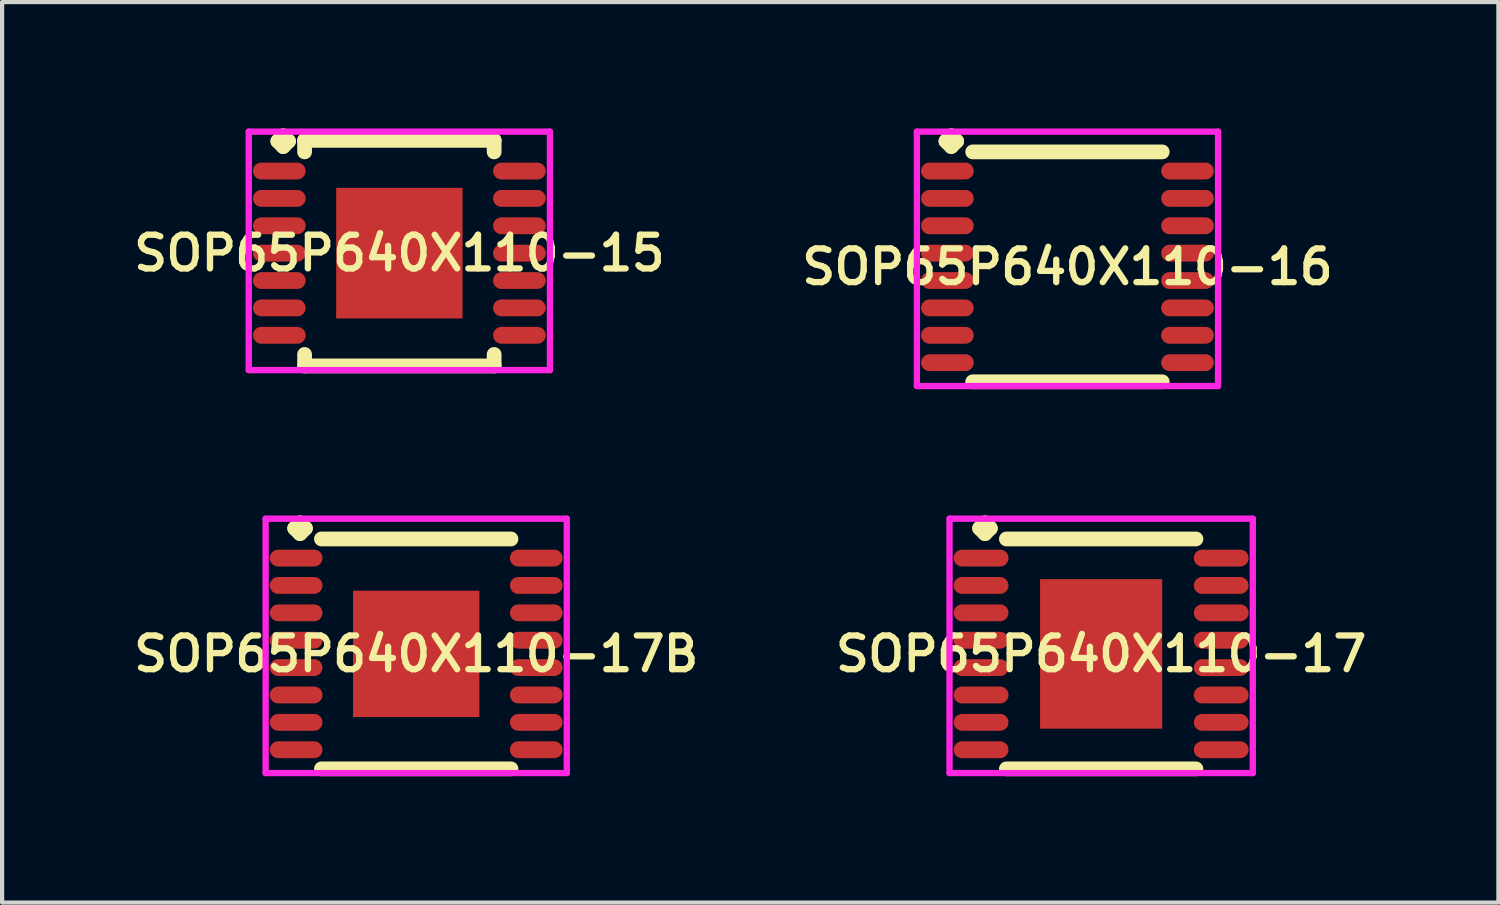
<source format=kicad_pcb>
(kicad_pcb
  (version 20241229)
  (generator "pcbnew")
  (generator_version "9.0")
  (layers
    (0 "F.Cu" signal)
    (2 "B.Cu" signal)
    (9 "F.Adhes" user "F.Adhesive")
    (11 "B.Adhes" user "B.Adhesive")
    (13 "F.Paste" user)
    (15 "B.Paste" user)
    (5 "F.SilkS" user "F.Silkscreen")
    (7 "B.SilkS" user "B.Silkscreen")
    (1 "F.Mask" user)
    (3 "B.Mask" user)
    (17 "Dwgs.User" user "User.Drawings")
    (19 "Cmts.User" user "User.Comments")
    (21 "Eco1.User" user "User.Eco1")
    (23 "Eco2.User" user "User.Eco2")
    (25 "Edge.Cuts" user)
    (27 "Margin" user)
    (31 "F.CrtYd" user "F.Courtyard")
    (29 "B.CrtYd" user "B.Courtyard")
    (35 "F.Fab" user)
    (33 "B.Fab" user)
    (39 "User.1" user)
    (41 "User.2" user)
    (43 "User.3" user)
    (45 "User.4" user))
  (footprint "SOP65P640X110-16"
    (layer "F.Cu")
    (at 22.292 3.285)
    (property "Reference" "SOP65P640X110-16" (at 0 0 0) (layer "F.SilkS") (effects (font (size 0.8 0.8) (thickness 0.15))))
    (attr smd)
    (fp_line (start -2.885 -2.983) (end -2.758 -3.11) (stroke (width 0.35) (type solid)) (layer "F.SilkS"))
    (fp_line (start -2.758 -3.11) (end -2.631 -2.983) (stroke (width 0.35) (type solid)) (layer "F.SilkS"))
    (fp_line (start -2.758 -2.856) (end -2.885 -2.983) (stroke (width 0.35) (type solid)) (layer "F.SilkS"))
    (fp_line (start -2.631 -2.983) (end -2.758 -2.856) (stroke (width 0.35) (type solid)) (layer "F.SilkS"))
    (fp_line (start -2.25 -2.729) (end 2.25 -2.729) (stroke (width 0.35) (type solid)) (layer "F.SilkS"))
    (fp_line (start -2.25 2.729) (end 2.25 2.729) (stroke (width 0.35) (type solid)) (layer "F.SilkS"))
    (fp_line (start -3.575 -3.21) (end 3.575 -3.21) (stroke (width 0.15) (type solid)) (layer "F.CrtYd"))
    (fp_line (start -3.575 2.829) (end -3.575 -3.21) (stroke (width 0.15) (type solid)) (layer "F.CrtYd"))
    (fp_line (start 3.575 -3.21) (end 3.575 2.829) (stroke (width 0.15) (type solid)) (layer "F.CrtYd"))
    (fp_line (start 3.575 2.829) (end -3.575 2.829) (stroke (width 0.15) (type solid)) (layer "F.CrtYd"))
    (pad "1" smd oval (at -2.85 -2.275) (size 1.25 0.4) (layers "F.Cu" "F.Mask" "F.Paste"))
    (pad "2" smd oval (at -2.85 -1.625) (size 1.25 0.4) (layers "F.Cu" "F.Mask" "F.Paste"))
    (pad "3" smd oval (at -2.85 -0.975) (size 1.25 0.4) (layers "F.Cu" "F.Mask" "F.Paste"))
    (pad "4" smd oval (at -2.85 -0.325) (size 1.25 0.4) (layers "F.Cu" "F.Mask" "F.Paste"))
    (pad "5" smd oval (at -2.85 0.325) (size 1.25 0.4) (layers "F.Cu" "F.Mask" "F.Paste"))
    (pad "6" smd oval (at -2.85 0.975) (size 1.25 0.4) (layers "F.Cu" "F.Mask" "F.Paste"))
    (pad "7" smd oval (at -2.85 1.625) (size 1.25 0.4) (layers "F.Cu" "F.Mask" "F.Paste"))
    (pad "8" smd oval (at -2.85 2.275) (size 1.25 0.4) (layers "F.Cu" "F.Mask" "F.Paste"))
    (pad "9" smd oval (at 2.85 2.275) (size 1.25 0.4) (layers "F.Cu" "F.Mask" "F.Paste"))
    (pad "10" smd oval (at 2.85 1.625) (size 1.25 0.4) (layers "F.Cu" "F.Mask" "F.Paste"))
    (pad "11" smd oval (at 2.85 0.975) (size 1.25 0.4) (layers "F.Cu" "F.Mask" "F.Paste"))
    (pad "12" smd oval (at 2.85 0.325) (size 1.25 0.4) (layers "F.Cu" "F.Mask" "F.Paste"))
    (pad "13" smd oval (at 2.85 -0.325) (size 1.25 0.4) (layers "F.Cu" "F.Mask" "F.Paste"))
    (pad "14" smd oval (at 2.85 -0.975) (size 1.25 0.4) (layers "F.Cu" "F.Mask" "F.Paste"))
    (pad "15" smd oval (at 2.85 -1.625) (size 1.25 0.4) (layers "F.Cu" "F.Mask" "F.Paste"))
    (pad "16" smd oval (at 2.85 -2.275) (size 1.25 0.4) (layers "F.Cu" "F.Mask" "F.Paste")))
  (footprint "SOP65P640X110-15"
    (layer "F.Cu")
    (at 6.431 2.96)
    (property "Reference" "SOP65P640X110-15" (at 0 0 0) (layer "F.SilkS") (effects (font (size 0.8 0.8) (thickness 0.15))))
    (attr smd)
    (fp_line (start -2.885 -2.658) (end -2.758 -2.785) (stroke (width 0.35) (type solid)) (layer "F.SilkS"))
    (fp_line (start -2.758 -2.785) (end -2.631 -2.658) (stroke (width 0.35) (type solid)) (layer "F.SilkS"))
    (fp_line (start -2.758 -2.531) (end -2.885 -2.658) (stroke (width 0.35) (type solid)) (layer "F.SilkS"))
    (fp_line (start -2.631 -2.658) (end -2.758 -2.531) (stroke (width 0.35) (type solid)) (layer "F.SilkS"))
    (fp_line (start -2.25 -2.677) (end 2.25 -2.677) (stroke (width 0.35) (type solid)) (layer "F.SilkS"))
    (fp_line (start -2.25 -2.404) (end -2.25 -2.677) (stroke (width 0.35) (type solid)) (layer "F.SilkS"))
    (fp_line (start -2.25 2.404) (end -2.25 2.677) (stroke (width 0.35) (type solid)) (layer "F.SilkS"))
    (fp_line (start -2.25 2.677) (end 2.25 2.677) (stroke (width 0.35) (type solid)) (layer "F.SilkS"))
    (fp_line (start 2.25 -2.677) (end 2.25 -2.404) (stroke (width 0.35) (type solid)) (layer "F.SilkS"))
    (fp_line (start 2.25 2.677) (end 2.25 2.404) (stroke (width 0.35) (type solid)) (layer "F.SilkS"))
    (fp_line (start -3.575 -2.885) (end 3.575 -2.885) (stroke (width 0.15) (type solid)) (layer "F.CrtYd"))
    (fp_line (start -3.575 2.777) (end -3.575 -2.885) (stroke (width 0.15) (type solid)) (layer "F.CrtYd"))
    (fp_line (start 3.575 -2.885) (end 3.575 2.777) (stroke (width 0.15) (type solid)) (layer "F.CrtYd"))
    (fp_line (start 3.575 2.777) (end -3.575 2.777) (stroke (width 0.15) (type solid)) (layer "F.CrtYd"))
    (pad "1" smd oval (at -2.85 -1.95) (size 1.25 0.4) (layers "F.Cu" "F.Mask" "F.Paste"))
    (pad "2" smd oval (at -2.85 -1.3) (size 1.25 0.4) (layers "F.Cu" "F.Mask" "F.Paste"))
    (pad "3" smd oval (at -2.85 -0.65) (size 1.25 0.4) (layers "F.Cu" "F.Mask" "F.Paste"))
    (pad "4" smd oval (at -2.85 0) (size 1.25 0.4) (layers "F.Cu" "F.Mask" "F.Paste"))
    (pad "5" smd oval (at -2.85 0.65) (size 1.25 0.4) (layers "F.Cu" "F.Mask" "F.Paste"))
    (pad "6" smd oval (at -2.85 1.3) (size 1.25 0.4) (layers "F.Cu" "F.Mask" "F.Paste"))
    (pad "7" smd oval (at -2.85 1.95) (size 1.25 0.4) (layers "F.Cu" "F.Mask" "F.Paste"))
    (pad "8" smd oval (at 2.85 1.95) (size 1.25 0.4) (layers "F.Cu" "F.Mask" "F.Paste"))
    (pad "9" smd oval (at 2.85 1.3) (size 1.25 0.4) (layers "F.Cu" "F.Mask" "F.Paste"))
    (pad "10" smd oval (at 2.85 0.65) (size 1.25 0.4) (layers "F.Cu" "F.Mask" "F.Paste"))
    (pad "11" smd oval (at 2.85 0) (size 1.25 0.4) (layers "F.Cu" "F.Mask" "F.Paste"))
    (pad "12" smd oval (at 2.85 -0.65) (size 1.25 0.4) (layers "F.Cu" "F.Mask" "F.Paste"))
    (pad "13" smd oval (at 2.85 -1.3) (size 1.25 0.4) (layers "F.Cu" "F.Mask" "F.Paste"))
    (pad "14" smd oval (at 2.85 -1.95) (size 1.25 0.4) (layers "F.Cu" "F.Mask" "F.Paste"))
    (pad "15" smd rect (at 0 0) (size 3 3.1) (layers "F.Cu" "F.Mask" "F.Paste")))
  (footprint "SOP65P640X110-17"
    (layer "F.Cu")
    (at 23.092 12.474)
    (property "Reference" "SOP65P640X110-17" (at 0 0 0) (layer "F.SilkS") (effects (font (size 0.8 0.8) (thickness 0.15))))
    (attr smd)
    (fp_line (start -2.885 -2.983) (end -2.758 -3.11) (stroke (width 0.35) (type solid)) (layer "F.SilkS"))
    (fp_line (start -2.758 -3.11) (end -2.631 -2.983) (stroke (width 0.35) (type solid)) (layer "F.SilkS"))
    (fp_line (start -2.758 -2.856) (end -2.885 -2.983) (stroke (width 0.35) (type solid)) (layer "F.SilkS"))
    (fp_line (start -2.631 -2.983) (end -2.758 -2.856) (stroke (width 0.35) (type solid)) (layer "F.SilkS"))
    (fp_line (start -2.25 -2.729) (end 2.25 -2.729) (stroke (width 0.35) (type solid)) (layer "F.SilkS"))
    (fp_line (start -2.25 2.729) (end 2.25 2.729) (stroke (width 0.35) (type solid)) (layer "F.SilkS"))
    (fp_line (start -3.6 -3.21) (end 3.6 -3.21) (stroke (width 0.15) (type solid)) (layer "F.CrtYd"))
    (fp_line (start -3.6 2.829) (end -3.6 -3.21) (stroke (width 0.15) (type solid)) (layer "F.CrtYd"))
    (fp_line (start 3.6 -3.21) (end 3.6 2.829) (stroke (width 0.15) (type solid)) (layer "F.CrtYd"))
    (fp_line (start 3.6 2.829) (end -3.6 2.829) (stroke (width 0.15) (type solid)) (layer "F.CrtYd"))
    (pad "1" smd oval (at -2.85 -2.275) (size 1.3 0.4) (layers "F.Cu" "F.Mask" "F.Paste"))
    (pad "2" smd oval (at -2.85 -1.625) (size 1.3 0.4) (layers "F.Cu" "F.Mask" "F.Paste"))
    (pad "3" smd oval (at -2.85 -0.975) (size 1.3 0.4) (layers "F.Cu" "F.Mask" "F.Paste"))
    (pad "4" smd oval (at -2.85 -0.325) (size 1.3 0.4) (layers "F.Cu" "F.Mask" "F.Paste"))
    (pad "5" smd oval (at -2.85 0.325) (size 1.3 0.4) (layers "F.Cu" "F.Mask" "F.Paste"))
    (pad "6" smd oval (at -2.85 0.975) (size 1.3 0.4) (layers "F.Cu" "F.Mask" "F.Paste"))
    (pad "7" smd oval (at -2.85 1.625) (size 1.3 0.4) (layers "F.Cu" "F.Mask" "F.Paste"))
    (pad "8" smd oval (at -2.85 2.275) (size 1.3 0.4) (layers "F.Cu" "F.Mask" "F.Paste"))
    (pad "9" smd oval (at 2.85 2.275) (size 1.3 0.4) (layers "F.Cu" "F.Mask" "F.Paste"))
    (pad "10" smd oval (at 2.85 1.625) (size 1.3 0.4) (layers "F.Cu" "F.Mask" "F.Paste"))
    (pad "11" smd oval (at 2.85 0.975) (size 1.3 0.4) (layers "F.Cu" "F.Mask" "F.Paste"))
    (pad "12" smd oval (at 2.85 0.325) (size 1.3 0.4) (layers "F.Cu" "F.Mask" "F.Paste"))
    (pad "13" smd oval (at 2.85 -0.325) (size 1.3 0.4) (layers "F.Cu" "F.Mask" "F.Paste"))
    (pad "14" smd oval (at 2.85 -0.975) (size 1.3 0.4) (layers "F.Cu" "F.Mask" "F.Paste"))
    (pad "15" smd oval (at 2.85 -1.625) (size 1.3 0.4) (layers "F.Cu" "F.Mask" "F.Paste"))
    (pad "16" smd oval (at 2.85 -2.275) (size 1.3 0.4) (layers "F.Cu" "F.Mask" "F.Paste"))
    (pad "17" smd rect (at 0 0) (size 2.9 3.55) (layers "F.Cu" "F.Mask" "F.Paste")))
  (footprint "SOP65P640X110-17B"
    (layer "F.Cu")
    (at 6.831 12.474)
    (property "Reference" "SOP65P640X110-17B" (at 0 0 0) (layer "F.SilkS") (effects (font (size 0.8 0.8) (thickness 0.15))))
    (attr smd)
    (fp_line (start -2.885 -2.983) (end -2.758 -3.11) (stroke (width 0.35) (type solid)) (layer "F.SilkS"))
    (fp_line (start -2.758 -3.11) (end -2.631 -2.983) (stroke (width 0.35) (type solid)) (layer "F.SilkS"))
    (fp_line (start -2.758 -2.856) (end -2.885 -2.983) (stroke (width 0.35) (type solid)) (layer "F.SilkS"))
    (fp_line (start -2.631 -2.983) (end -2.758 -2.856) (stroke (width 0.35) (type solid)) (layer "F.SilkS"))
    (fp_line (start -2.25 -2.729) (end 2.25 -2.729) (stroke (width 0.35) (type solid)) (layer "F.SilkS"))
    (fp_line (start -2.25 2.729) (end 2.25 2.729) (stroke (width 0.35) (type solid)) (layer "F.SilkS"))
    (fp_line (start -3.575 -3.21) (end 3.575 -3.21) (stroke (width 0.15) (type solid)) (layer "F.CrtYd"))
    (fp_line (start -3.575 2.829) (end -3.575 -3.21) (stroke (width 0.15) (type solid)) (layer "F.CrtYd"))
    (fp_line (start 3.575 -3.21) (end 3.575 2.829) (stroke (width 0.15) (type solid)) (layer "F.CrtYd"))
    (fp_line (start 3.575 2.829) (end -3.575 2.829) (stroke (width 0.15) (type solid)) (layer "F.CrtYd"))
    (pad "1" smd oval (at -2.85 -2.275) (size 1.25 0.4) (layers "F.Cu" "F.Mask" "F.Paste"))
    (pad "2" smd oval (at -2.85 -1.625) (size 1.25 0.4) (layers "F.Cu" "F.Mask" "F.Paste"))
    (pad "3" smd oval (at -2.85 -0.975) (size 1.25 0.4) (layers "F.Cu" "F.Mask" "F.Paste"))
    (pad "4" smd oval (at -2.85 -0.325) (size 1.25 0.4) (layers "F.Cu" "F.Mask" "F.Paste"))
    (pad "5" smd oval (at -2.85 0.325) (size 1.25 0.4) (layers "F.Cu" "F.Mask" "F.Paste"))
    (pad "6" smd oval (at -2.85 0.975) (size 1.25 0.4) (layers "F.Cu" "F.Mask" "F.Paste"))
    (pad "7" smd oval (at -2.85 1.625) (size 1.25 0.4) (layers "F.Cu" "F.Mask" "F.Paste"))
    (pad "8" smd oval (at -2.85 2.275) (size 1.25 0.4) (layers "F.Cu" "F.Mask" "F.Paste"))
    (pad "9" smd oval (at 2.85 2.275) (size 1.25 0.4) (layers "F.Cu" "F.Mask" "F.Paste"))
    (pad "10" smd oval (at 2.85 1.625) (size 1.25 0.4) (layers "F.Cu" "F.Mask" "F.Paste"))
    (pad "11" smd oval (at 2.85 0.975) (size 1.25 0.4) (layers "F.Cu" "F.Mask" "F.Paste"))
    (pad "12" smd oval (at 2.85 0.325) (size 1.25 0.4) (layers "F.Cu" "F.Mask" "F.Paste"))
    (pad "13" smd oval (at 2.85 -0.325) (size 1.25 0.4) (layers "F.Cu" "F.Mask" "F.Paste"))
    (pad "14" smd oval (at 2.85 -0.975) (size 1.25 0.4) (layers "F.Cu" "F.Mask" "F.Paste"))
    (pad "15" smd oval (at 2.85 -1.625) (size 1.25 0.4) (layers "F.Cu" "F.Mask" "F.Paste"))
    (pad "16" smd oval (at 2.85 -2.275) (size 1.25 0.4) (layers "F.Cu" "F.Mask" "F.Paste"))
    (pad "17" smd rect (at 0 0) (size 3 3) (layers "F.Cu" "F.Mask" "F.Paste")))
  (gr_rect
    (start -3 -3)
    (end 32.523 18.378)
    (stroke (width 0.1) (type default))
    (fill no)
    (layer "Edge.Cuts")))
</source>
